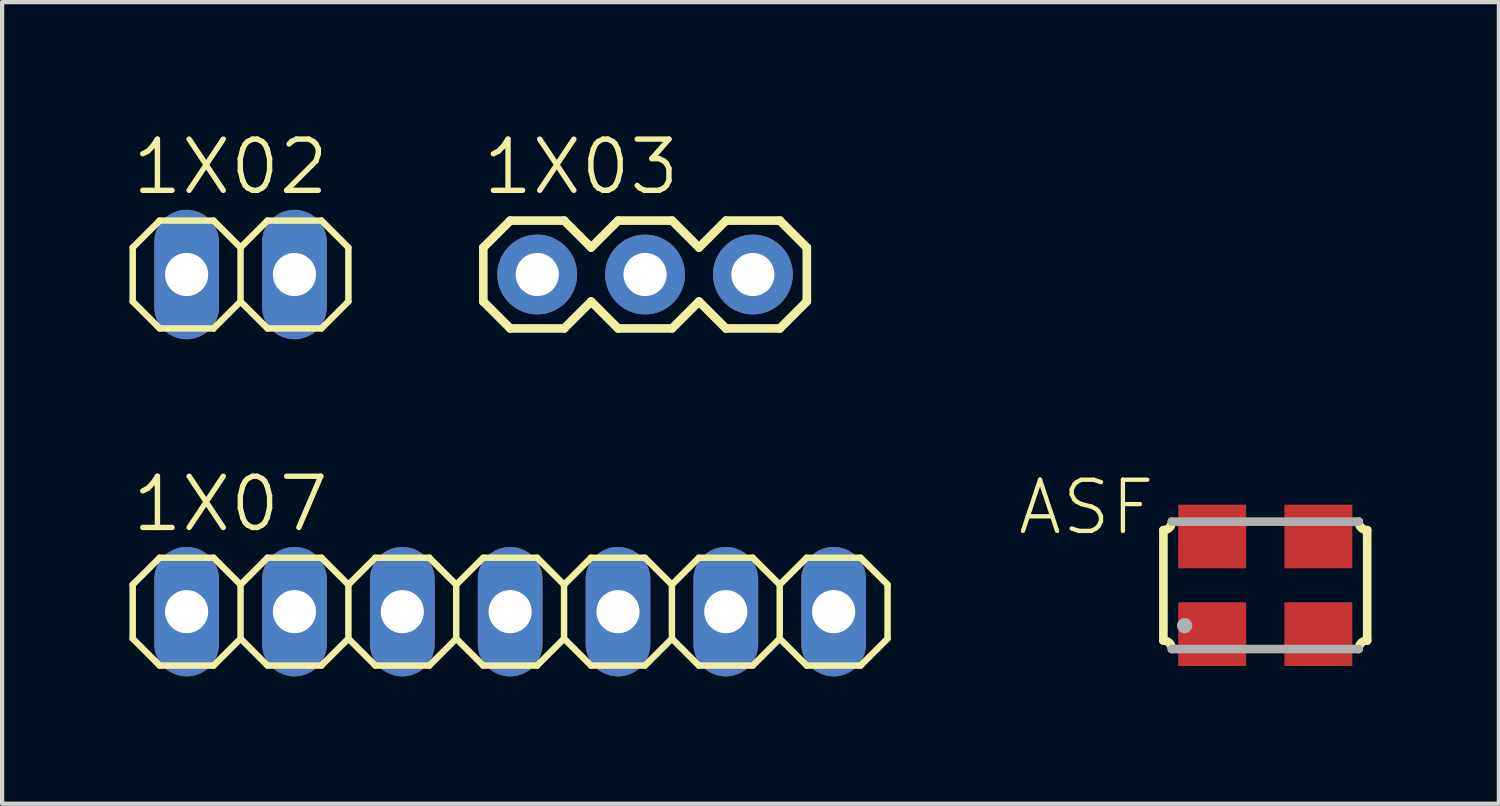
<source format=kicad_pcb>
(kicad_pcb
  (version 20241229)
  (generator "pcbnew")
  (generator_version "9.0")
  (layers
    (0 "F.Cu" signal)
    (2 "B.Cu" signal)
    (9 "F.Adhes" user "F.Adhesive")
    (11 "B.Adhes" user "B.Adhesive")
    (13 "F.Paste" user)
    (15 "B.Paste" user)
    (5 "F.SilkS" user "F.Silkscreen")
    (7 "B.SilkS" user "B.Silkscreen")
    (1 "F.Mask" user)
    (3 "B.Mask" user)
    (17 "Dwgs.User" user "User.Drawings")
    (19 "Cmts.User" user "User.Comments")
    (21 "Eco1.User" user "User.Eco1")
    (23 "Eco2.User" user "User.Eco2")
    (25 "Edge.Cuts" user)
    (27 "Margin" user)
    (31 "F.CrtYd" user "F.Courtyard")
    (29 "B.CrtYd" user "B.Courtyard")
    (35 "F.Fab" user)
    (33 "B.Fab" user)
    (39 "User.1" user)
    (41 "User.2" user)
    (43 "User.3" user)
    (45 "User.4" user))
  (footprint "1X03"
    (layer "F.Cu")
    (at 9.604 3.416)
    (property "Reference" "1X03" (at -1.346 -1.829 0) (layer "F.SilkS") (effects (font (size 1.206 1.206) (thickness 0.127)) (justify left bottom)))
    (attr through_hole)
    (fp_line (start -1.27 -0.635) (end -1.27 0.635) (stroke (width 0.203) (type solid)) (layer "F.SilkS"))
    (fp_line (start -1.27 0.635) (end -0.635 1.27) (stroke (width 0.203) (type solid)) (layer "F.SilkS"))
    (fp_line (start -0.635 -1.27) (end -1.27 -0.635) (stroke (width 0.203) (type solid)) (layer "F.SilkS"))
    (fp_line (start -0.635 -1.27) (end 0.635 -1.27) (stroke (width 0.203) (type solid)) (layer "F.SilkS"))
    (fp_line (start 0.635 -1.27) (end 1.27 -0.635) (stroke (width 0.203) (type solid)) (layer "F.SilkS"))
    (fp_line (start 0.635 1.27) (end -0.635 1.27) (stroke (width 0.203) (type solid)) (layer "F.SilkS"))
    (fp_line (start 1.27 -0.635) (end 1.905 -1.27) (stroke (width 0.203) (type solid)) (layer "F.SilkS"))
    (fp_line (start 1.27 0.635) (end 0.635 1.27) (stroke (width 0.203) (type solid)) (layer "F.SilkS"))
    (fp_line (start 1.905 -1.27) (end 3.175 -1.27) (stroke (width 0.203) (type solid)) (layer "F.SilkS"))
    (fp_line (start 1.905 1.27) (end 1.27 0.635) (stroke (width 0.203) (type solid)) (layer "F.SilkS"))
    (fp_line (start 3.175 -1.27) (end 3.81 -0.635) (stroke (width 0.203) (type solid)) (layer "F.SilkS"))
    (fp_line (start 3.175 1.27) (end 1.905 1.27) (stroke (width 0.203) (type solid)) (layer "F.SilkS"))
    (fp_line (start 3.81 -0.635) (end 4.445 -1.27) (stroke (width 0.203) (type solid)) (layer "F.SilkS"))
    (fp_line (start 3.81 0.635) (end 3.175 1.27) (stroke (width 0.203) (type solid)) (layer "F.SilkS"))
    (fp_line (start 4.445 -1.27) (end 5.715 -1.27) (stroke (width 0.203) (type solid)) (layer "F.SilkS"))
    (fp_line (start 4.445 1.27) (end 3.81 0.635) (stroke (width 0.203) (type solid)) (layer "F.SilkS"))
    (fp_line (start 5.715 -1.27) (end 6.35 -0.635) (stroke (width 0.203) (type solid)) (layer "F.SilkS"))
    (fp_line (start 5.715 1.27) (end 4.445 1.27) (stroke (width 0.203) (type solid)) (layer "F.SilkS"))
    (fp_line (start 6.35 -0.635) (end 6.35 0.635) (stroke (width 0.203) (type solid)) (layer "F.SilkS"))
    (fp_line (start 6.35 0.635) (end 5.715 1.27) (stroke (width 0.203) (type solid)) (layer "F.SilkS"))
    (fp_poly (pts (xy -0.254 0.254) (xy 0.254 0.254) (xy 0.254 -0.254) (xy -0.254 -0.254)) (stroke (width 0.1) (type solid)) (fill no) (layer "F.Fab"))
    (fp_poly (pts (xy 2.286 0.254) (xy 2.794 0.254) (xy 2.794 -0.254) (xy 2.286 -0.254)) (stroke (width 0.1) (type solid)) (fill no) (layer "F.Fab"))
    (fp_poly (pts (xy 4.826 0.254) (xy 5.334 0.254) (xy 5.334 -0.254) (xy 4.826 -0.254)) (stroke (width 0.1) (type solid)) (fill no) (layer "F.Fab"))
    (pad "1" thru_hole circle (at 0 0 90) (size 1.88 1.88) (drill 1.016) (layers "*.Cu" "*.Mask"))
    (pad "2" thru_hole circle (at 2.54 0 90) (size 1.88 1.88) (drill 1.016) (layers "*.Cu" "*.Mask"))
    (pad "3" thru_hole circle (at 5.08 0 90) (size 1.88 1.88) (drill 1.016) (layers "*.Cu" "*.Mask")))
  (footprint "1X07"
    (layer "F.Cu")
    (at 8.966 11.357)
    (property "Reference" "1X07" (at -8.966 -1.829 0) (layer "F.SilkS") (effects (font (size 1.206 1.206) (thickness 0.127)) (justify left bottom)))
    (attr through_hole)
    (fp_line (start -8.89 -0.635) (end -8.89 0.635) (stroke (width 0.152) (type solid)) (layer "F.SilkS"))
    (fp_line (start -8.89 0.635) (end -8.255 1.27) (stroke (width 0.152) (type solid)) (layer "F.SilkS"))
    (fp_line (start -8.255 -1.27) (end -8.89 -0.635) (stroke (width 0.152) (type solid)) (layer "F.SilkS"))
    (fp_line (start -8.255 -1.27) (end -6.985 -1.27) (stroke (width 0.152) (type solid)) (layer "F.SilkS"))
    (fp_line (start -6.985 -1.27) (end -6.35 -0.635) (stroke (width 0.152) (type solid)) (layer "F.SilkS"))
    (fp_line (start -6.985 1.27) (end -8.255 1.27) (stroke (width 0.152) (type solid)) (layer "F.SilkS"))
    (fp_line (start -6.35 -0.635) (end -6.35 0.635) (stroke (width 0.152) (type solid)) (layer "F.SilkS"))
    (fp_line (start -6.35 -0.635) (end -5.715 -1.27) (stroke (width 0.152) (type solid)) (layer "F.SilkS"))
    (fp_line (start -6.35 0.635) (end -6.985 1.27) (stroke (width 0.152) (type solid)) (layer "F.SilkS"))
    (fp_line (start -5.715 -1.27) (end -4.445 -1.27) (stroke (width 0.152) (type solid)) (layer "F.SilkS"))
    (fp_line (start -5.715 1.27) (end -6.35 0.635) (stroke (width 0.152) (type solid)) (layer "F.SilkS"))
    (fp_line (start -4.445 -1.27) (end -3.81 -0.635) (stroke (width 0.152) (type solid)) (layer "F.SilkS"))
    (fp_line (start -4.445 1.27) (end -5.715 1.27) (stroke (width 0.152) (type solid)) (layer "F.SilkS"))
    (fp_line (start -3.81 -0.635) (end -3.81 0.635) (stroke (width 0.152) (type solid)) (layer "F.SilkS"))
    (fp_line (start -3.81 -0.635) (end -3.175 -1.27) (stroke (width 0.152) (type solid)) (layer "F.SilkS"))
    (fp_line (start -3.81 0.635) (end -4.445 1.27) (stroke (width 0.152) (type solid)) (layer "F.SilkS"))
    (fp_line (start -3.175 -1.27) (end -1.905 -1.27) (stroke (width 0.152) (type solid)) (layer "F.SilkS"))
    (fp_line (start -3.175 1.27) (end -3.81 0.635) (stroke (width 0.152) (type solid)) (layer "F.SilkS"))
    (fp_line (start -1.905 -1.27) (end -1.27 -0.635) (stroke (width 0.152) (type solid)) (layer "F.SilkS"))
    (fp_line (start -1.905 1.27) (end -3.175 1.27) (stroke (width 0.152) (type solid)) (layer "F.SilkS"))
    (fp_line (start -1.27 -0.635) (end -1.27 0.635) (stroke (width 0.152) (type solid)) (layer "F.SilkS"))
    (fp_line (start -1.27 0.635) (end -1.905 1.27) (stroke (width 0.152) (type solid)) (layer "F.SilkS"))
    (fp_line (start -1.27 0.635) (end -0.635 1.27) (stroke (width 0.152) (type solid)) (layer "F.SilkS"))
    (fp_line (start -0.635 -1.27) (end -1.27 -0.635) (stroke (width 0.152) (type solid)) (layer "F.SilkS"))
    (fp_line (start -0.635 -1.27) (end 0.635 -1.27) (stroke (width 0.152) (type solid)) (layer "F.SilkS"))
    (fp_line (start 0.635 -1.27) (end 1.27 -0.635) (stroke (width 0.152) (type solid)) (layer "F.SilkS"))
    (fp_line (start 0.635 1.27) (end -0.635 1.27) (stroke (width 0.152) (type solid)) (layer "F.SilkS"))
    (fp_line (start 1.27 -0.635) (end 1.27 0.635) (stroke (width 0.152) (type solid)) (layer "F.SilkS"))
    (fp_line (start 1.27 -0.635) (end 1.905 -1.27) (stroke (width 0.152) (type solid)) (layer "F.SilkS"))
    (fp_line (start 1.27 0.635) (end 0.635 1.27) (stroke (width 0.152) (type solid)) (layer "F.SilkS"))
    (fp_line (start 1.905 -1.27) (end 3.175 -1.27) (stroke (width 0.152) (type solid)) (layer "F.SilkS"))
    (fp_line (start 1.905 1.27) (end 1.27 0.635) (stroke (width 0.152) (type solid)) (layer "F.SilkS"))
    (fp_line (start 3.175 -1.27) (end 3.81 -0.635) (stroke (width 0.152) (type solid)) (layer "F.SilkS"))
    (fp_line (start 3.175 1.27) (end 1.905 1.27) (stroke (width 0.152) (type solid)) (layer "F.SilkS"))
    (fp_line (start 3.81 -0.635) (end 3.81 0.635) (stroke (width 0.152) (type solid)) (layer "F.SilkS"))
    (fp_line (start 3.81 -0.635) (end 4.445 -1.27) (stroke (width 0.152) (type solid)) (layer "F.SilkS"))
    (fp_line (start 3.81 0.635) (end 3.175 1.27) (stroke (width 0.152) (type solid)) (layer "F.SilkS"))
    (fp_line (start 4.445 -1.27) (end 5.715 -1.27) (stroke (width 0.152) (type solid)) (layer "F.SilkS"))
    (fp_line (start 4.445 1.27) (end 3.81 0.635) (stroke (width 0.152) (type solid)) (layer "F.SilkS"))
    (fp_line (start 5.715 -1.27) (end 6.35 -0.635) (stroke (width 0.152) (type solid)) (layer "F.SilkS"))
    (fp_line (start 5.715 1.27) (end 4.445 1.27) (stroke (width 0.152) (type solid)) (layer "F.SilkS"))
    (fp_line (start 6.35 -0.635) (end 6.35 0.635) (stroke (width 0.152) (type solid)) (layer "F.SilkS"))
    (fp_line (start 6.35 0.635) (end 5.715 1.27) (stroke (width 0.152) (type solid)) (layer "F.SilkS"))
    (fp_line (start 6.35 0.635) (end 6.985 1.27) (stroke (width 0.152) (type solid)) (layer "F.SilkS"))
    (fp_line (start 6.985 -1.27) (end 6.35 -0.635) (stroke (width 0.152) (type solid)) (layer "F.SilkS"))
    (fp_line (start 6.985 -1.27) (end 8.255 -1.27) (stroke (width 0.152) (type solid)) (layer "F.SilkS"))
    (fp_line (start 8.255 -1.27) (end 8.89 -0.635) (stroke (width 0.152) (type solid)) (layer "F.SilkS"))
    (fp_line (start 8.255 1.27) (end 6.985 1.27) (stroke (width 0.152) (type solid)) (layer "F.SilkS"))
    (fp_line (start 8.89 -0.635) (end 8.89 0.635) (stroke (width 0.152) (type solid)) (layer "F.SilkS"))
    (fp_line (start 8.89 0.635) (end 8.255 1.27) (stroke (width 0.152) (type solid)) (layer "F.SilkS"))
    (fp_poly (pts (xy -7.874 0.254) (xy -7.366 0.254) (xy -7.366 -0.254) (xy -7.874 -0.254)) (stroke (width 0.1) (type solid)) (fill no) (layer "F.Fab"))
    (fp_poly (pts (xy -5.334 0.254) (xy -4.826 0.254) (xy -4.826 -0.254) (xy -5.334 -0.254)) (stroke (width 0.1) (type solid)) (fill no) (layer "F.Fab"))
    (fp_poly (pts (xy -2.794 0.254) (xy -2.286 0.254) (xy -2.286 -0.254) (xy -2.794 -0.254)) (stroke (width 0.1) (type solid)) (fill no) (layer "F.Fab"))
    (fp_poly (pts (xy -0.254 0.254) (xy 0.254 0.254) (xy 0.254 -0.254) (xy -0.254 -0.254)) (stroke (width 0.1) (type solid)) (fill no) (layer "F.Fab"))
    (fp_poly (pts (xy 2.286 0.254) (xy 2.794 0.254) (xy 2.794 -0.254) (xy 2.286 -0.254)) (stroke (width 0.1) (type solid)) (fill no) (layer "F.Fab"))
    (fp_poly (pts (xy 4.826 0.254) (xy 5.334 0.254) (xy 5.334 -0.254) (xy 4.826 -0.254)) (stroke (width 0.1) (type solid)) (fill no) (layer "F.Fab"))
    (fp_poly (pts (xy 7.366 0.254) (xy 7.874 0.254) (xy 7.874 -0.254) (xy 7.366 -0.254)) (stroke (width 0.1) (type solid)) (fill no) (layer "F.Fab"))
    (pad "1" thru_hole oval (at -7.62 0 90) (size 3.048 1.524) (drill 1.016) (layers "*.Cu" "*.Mask"))
    (pad "2" thru_hole oval (at -5.08 0 90) (size 3.048 1.524) (drill 1.016) (layers "*.Cu" "*.Mask"))
    (pad "3" thru_hole oval (at -2.54 0 90) (size 3.048 1.524) (drill 1.016) (layers "*.Cu" "*.Mask"))
    (pad "4" thru_hole oval (at 0 0 90) (size 3.048 1.524) (drill 1.016) (layers "*.Cu" "*.Mask"))
    (pad "5" thru_hole oval (at 2.54 0 90) (size 3.048 1.524) (drill 1.016) (layers "*.Cu" "*.Mask"))
    (pad "6" thru_hole oval (at 5.08 0 90) (size 3.048 1.524) (drill 1.016) (layers "*.Cu" "*.Mask"))
    (pad "7" thru_hole oval (at 7.62 0 90) (size 3.048 1.524) (drill 1.016) (layers "*.Cu" "*.Mask")))
  (footprint "ASF"
    (layer "F.Cu")
    (at 26.753 10.737)
    (property "Reference" "ASF" (at -2.54 -2.54 0) (layer "F.SilkS") (effects (font (size 1.206 1.206) (thickness 0.102)) (justify right top)))
    (attr through_hole)
    (fp_line (start -2.4 1.3) (end -2.4 -1.3) (stroke (width 0.203) (type solid)) (layer "F.SilkS"))
    (fp_line (start 2.4 -1.3) (end 2.4 1.3) (stroke (width 0.203) (type solid)) (layer "F.SilkS"))
    (fp_arc (start -2.4 1.3) (mid -2.258579 1.358579) (end -2.2 1.5) (stroke (width 0.2032) (type solid)) (layer "F.SilkS"))
    (fp_arc (start -2.2 -1.5) (mid -2.258579 -1.358579) (end -2.4 -1.3) (stroke (width 0.2032) (type solid)) (layer "F.SilkS"))
    (fp_arc (start 2.2 1.5) (mid 2.258579 1.358579) (end 2.4 1.3) (stroke (width 0.2032) (type solid)) (layer "F.SilkS"))
    (fp_arc (start 2.4 -1.3) (mid 2.258579 -1.358579) (end 2.2 -1.5) (stroke (width 0.2032) (type solid)) (layer "F.SilkS"))
    (fp_line (start -2.2 -1.5) (end 2.2 -1.5) (stroke (width 0.203) (type solid)) (layer "F.Fab"))
    (fp_line (start 2.2 1.5) (end -2.2 1.5) (stroke (width 0.203) (type solid)) (layer "F.Fab"))
    (fp_circle (center -1.9 0.95) (end -1.81 0.95) (stroke (width 0.18) (type solid)) (fill no) (layer "F.Fab"))
    (pad "1" smd rect (at -1.25 1.15) (size 1.6 1.5) (layers "F.Cu" "F.Mask" "F.Paste"))
    (pad "2" smd rect (at 1.25 1.15) (size 1.6 1.5) (layers "F.Cu" "F.Mask" "F.Paste"))
    (pad "3" smd rect (at 1.25 -1.15 180) (size 1.6 1.5) (layers "F.Cu" "F.Mask" "F.Paste"))
    (pad "4" smd rect (at -1.25 -1.15 180) (size 1.6 1.5) (layers "F.Cu" "F.Mask" "F.Paste")))
  (footprint "1X02"
    (layer "F.Cu")
    (at 2.616 3.416)
    (property "Reference" "1X02" (at -2.616 -1.829 0) (layer "F.SilkS") (effects (font (size 1.206 1.206) (thickness 0.127)) (justify left bottom)))
    (attr through_hole)
    (fp_line (start -2.54 -0.635) (end -2.54 0.635) (stroke (width 0.152) (type solid)) (layer "F.SilkS"))
    (fp_line (start -2.54 0.635) (end -1.905 1.27) (stroke (width 0.152) (type solid)) (layer "F.SilkS"))
    (fp_line (start -1.905 -1.27) (end -2.54 -0.635) (stroke (width 0.152) (type solid)) (layer "F.SilkS"))
    (fp_line (start -1.905 -1.27) (end -0.635 -1.27) (stroke (width 0.152) (type solid)) (layer "F.SilkS"))
    (fp_line (start -0.635 -1.27) (end 0 -0.635) (stroke (width 0.152) (type solid)) (layer "F.SilkS"))
    (fp_line (start -0.635 1.27) (end -1.905 1.27) (stroke (width 0.152) (type solid)) (layer "F.SilkS"))
    (fp_line (start 0 -0.635) (end 0 0.635) (stroke (width 0.152) (type solid)) (layer "F.SilkS"))
    (fp_line (start 0 -0.635) (end 0.635 -1.27) (stroke (width 0.152) (type solid)) (layer "F.SilkS"))
    (fp_line (start 0 0.635) (end -0.635 1.27) (stroke (width 0.152) (type solid)) (layer "F.SilkS"))
    (fp_line (start 0.635 -1.27) (end 1.905 -1.27) (stroke (width 0.152) (type solid)) (layer "F.SilkS"))
    (fp_line (start 0.635 1.27) (end 0 0.635) (stroke (width 0.152) (type solid)) (layer "F.SilkS"))
    (fp_line (start 1.905 -1.27) (end 2.54 -0.635) (stroke (width 0.152) (type solid)) (layer "F.SilkS"))
    (fp_line (start 1.905 1.27) (end 0.635 1.27) (stroke (width 0.152) (type solid)) (layer "F.SilkS"))
    (fp_line (start 2.54 -0.635) (end 2.54 0.635) (stroke (width 0.152) (type solid)) (layer "F.SilkS"))
    (fp_line (start 2.54 0.635) (end 1.905 1.27) (stroke (width 0.152) (type solid)) (layer "F.SilkS"))
    (fp_poly (pts (xy -1.524 0.254) (xy -1.016 0.254) (xy -1.016 -0.254) (xy -1.524 -0.254)) (stroke (width 0.1) (type solid)) (fill no) (layer "F.Fab"))
    (fp_poly (pts (xy 1.016 0.254) (xy 1.524 0.254) (xy 1.524 -0.254) (xy 1.016 -0.254)) (stroke (width 0.1) (type solid)) (fill no) (layer "F.Fab"))
    (pad "1" thru_hole oval (at -1.27 0 90) (size 3.048 1.524) (drill 1.016) (layers "*.Cu" "*.Mask"))
    (pad "2" thru_hole oval (at 1.27 0 90) (size 3.048 1.524) (drill 1.016) (layers "*.Cu" "*.Mask")))
  (gr_rect
    (start -3 -3)
    (end 32.255 15.881)
    (stroke (width 0.1) (type default))
    (fill no)
    (layer "Edge.Cuts")))
</source>
